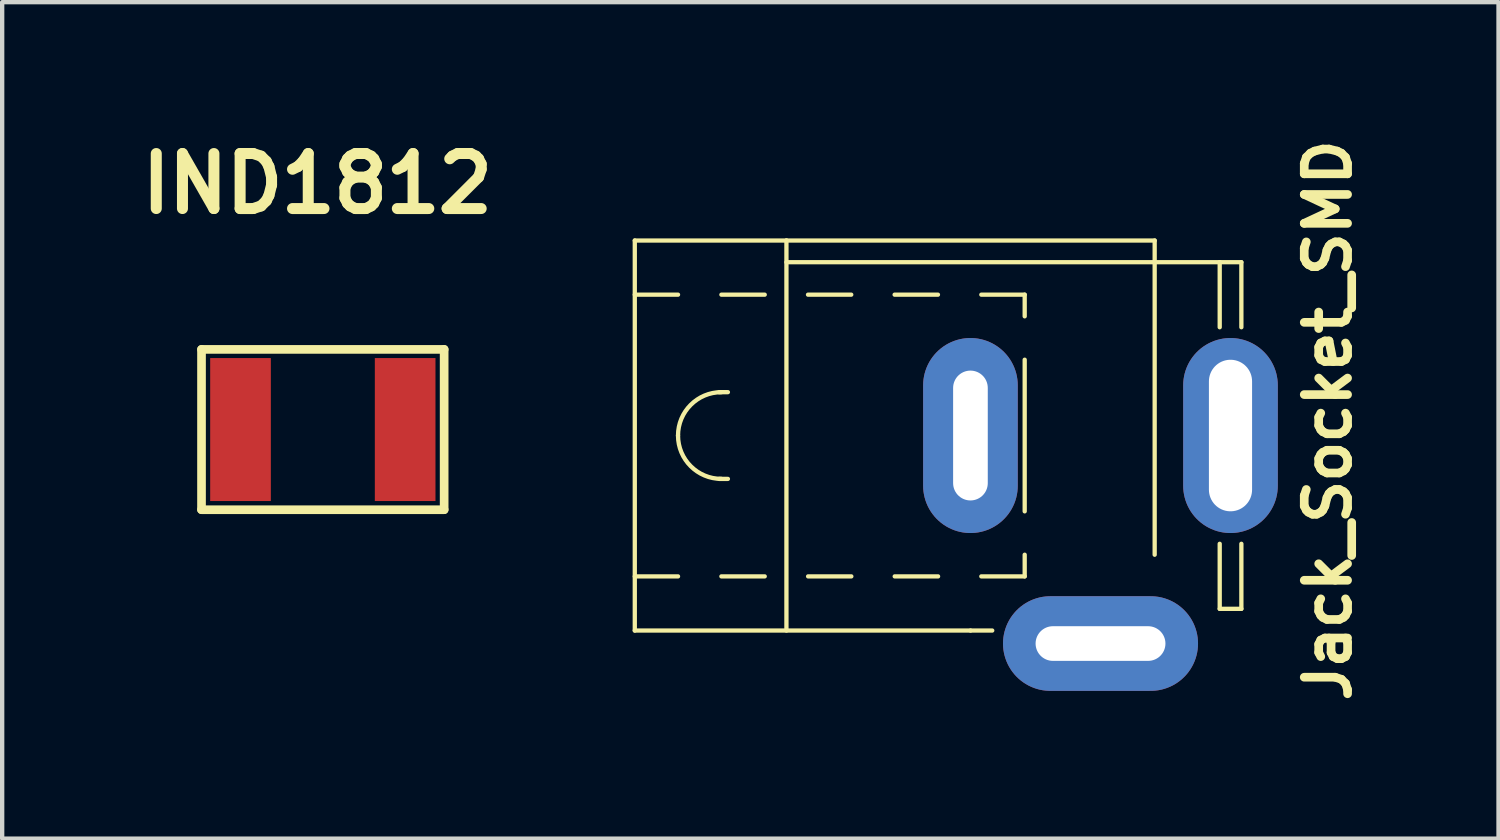
<source format=kicad_pcb>
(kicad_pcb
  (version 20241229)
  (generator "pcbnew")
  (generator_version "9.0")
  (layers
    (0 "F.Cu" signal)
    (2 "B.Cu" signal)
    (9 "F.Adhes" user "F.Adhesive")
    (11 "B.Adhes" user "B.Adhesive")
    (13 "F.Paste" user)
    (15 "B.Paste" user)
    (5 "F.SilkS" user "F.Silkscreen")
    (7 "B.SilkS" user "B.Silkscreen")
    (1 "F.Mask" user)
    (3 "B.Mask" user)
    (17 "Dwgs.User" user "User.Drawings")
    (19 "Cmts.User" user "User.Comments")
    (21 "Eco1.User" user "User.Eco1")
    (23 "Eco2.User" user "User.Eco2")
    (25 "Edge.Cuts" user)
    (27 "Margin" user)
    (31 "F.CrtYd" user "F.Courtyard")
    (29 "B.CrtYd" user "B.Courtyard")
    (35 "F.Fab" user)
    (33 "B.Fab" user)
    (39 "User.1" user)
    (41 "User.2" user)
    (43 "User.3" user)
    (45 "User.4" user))
  (footprint "IND1812"
    (layer "F.Cu")
    (at 4.401 6.864)
    (property "Reference" "IND1812" (at -0.125 -5.675 0) (layer "F.SilkS") (effects (font (size 1.27 1.27) (thickness 0.254))))
    (attr through_hole)
    (fp_line (start -2.8 -1.85) (end 2.8 -1.85) (stroke (width 0.2) (type solid)) (layer "F.SilkS"))
    (fp_line (start -2.8 1.85) (end -2.8 -1.85) (stroke (width 0.2) (type solid)) (layer "F.SilkS"))
    (fp_line (start 2.8 -1.85) (end 2.8 1.85) (stroke (width 0.2) (type solid)) (layer "F.SilkS"))
    (fp_line (start 2.8 1.85) (end -2.8 1.85) (stroke (width 0.2) (type solid)) (layer "F.SilkS"))
    (pad "1" smd rect (at -1.9 0) (size 1.4 3.3) (layers "F.Cu" "F.Mask" "F.Paste"))
    (pad "2" smd rect (at 1.9 0) (size 1.4 3.3) (layers "F.Cu" "F.Mask" "F.Paste")))
  (footprint "Jack_Socket_SMD"
    (layer "F.Cu")
    (at 22.35 7.002)
    (property "Reference" "Jack_Socket_SMD" (at 5.25 -0.35 90) (layer "F.SilkS") (effects (font (size 1 1) (thickness 0.2))))
    (attr smd)
    (fp_line (start -10.749 -4.501) (end -10.749 4.501) (stroke (width 0.099) (type solid)) (layer "F.SilkS"))
    (fp_line (start -10.749 -3.251) (end -9.751 -3.251) (stroke (width 0.099) (type solid)) (layer "F.SilkS"))
    (fp_line (start -10.749 3.251) (end -9.751 3.251) (stroke (width 0.099) (type solid)) (layer "F.SilkS"))
    (fp_line (start -10.749 4.501) (end -3 4.501) (stroke (width 0.099) (type solid)) (layer "F.SilkS"))
    (fp_line (start -8.75 3.251) (end -7.75 3.251) (stroke (width 0.099) (type solid)) (layer "F.SilkS"))
    (fp_line (start -8.6 -1.001) (end -8.801 -1.001) (stroke (width 0.099) (type solid)) (layer "F.SilkS"))
    (fp_line (start -8.6 1.001) (end -8.801 1.001) (stroke (width 0.099) (type solid)) (layer "F.SilkS"))
    (fp_line (start -7.75 -3.251) (end -8.75 -3.251) (stroke (width 0.099) (type solid)) (layer "F.SilkS"))
    (fp_line (start -7.249 -4.501) (end -10.749 -4.501) (stroke (width 0.099) (type solid)) (layer "F.SilkS"))
    (fp_line (start -7.249 -4.501) (end -7.249 4.501) (stroke (width 0.099) (type solid)) (layer "F.SilkS"))
    (fp_line (start -6.749 3.251) (end -5.751 3.251) (stroke (width 0.099) (type solid)) (layer "F.SilkS"))
    (fp_line (start -5.753 -3.251) (end -6.751 -3.251) (stroke (width 0.099) (type solid)) (layer "F.SilkS"))
    (fp_line (start -4.75 3.251) (end -3.749 3.251) (stroke (width 0.099) (type solid)) (layer "F.SilkS"))
    (fp_line (start -3.752 -3.251) (end -4.752 -3.251) (stroke (width 0.099) (type solid)) (layer "F.SilkS"))
    (fp_line (start -2.499 4.501) (end -3 4.501) (stroke (width 0.099) (type solid)) (layer "F.SilkS"))
    (fp_line (start -1.75 -3.251) (end -2.751 -3.251) (stroke (width 0.099) (type solid)) (layer "F.SilkS"))
    (fp_line (start -1.75 -3.251) (end -1.75 -2.751) (stroke (width 0.099) (type solid)) (layer "F.SilkS"))
    (fp_line (start -1.75 -1.75) (end -1.75 1.75) (stroke (width 0.099) (type solid)) (layer "F.SilkS"))
    (fp_line (start -1.75 3.251) (end -2.751 3.251) (stroke (width 0.099) (type solid)) (layer "F.SilkS"))
    (fp_line (start -1.75 3.251) (end -1.75 2.751) (stroke (width 0.099) (type solid)) (layer "F.SilkS"))
    (fp_line (start 1.25 -4.501) (end -7.249 -4.501) (stroke (width 0.099) (type solid)) (layer "F.SilkS"))
    (fp_line (start 1.25 2.751) (end 1.25 -4.501) (stroke (width 0.099) (type solid)) (layer "F.SilkS"))
    (fp_line (start 2.751 -4) (end -7.249 -4) (stroke (width 0.099) (type solid)) (layer "F.SilkS"))
    (fp_line (start 2.751 -4) (end 2.751 -2.499) (stroke (width 0.099) (type solid)) (layer "F.SilkS"))
    (fp_line (start 2.751 2.499) (end 2.751 4) (stroke (width 0.099) (type solid)) (layer "F.SilkS"))
    (fp_line (start 2.751 4) (end 3.251 4) (stroke (width 0.099) (type solid)) (layer "F.SilkS"))
    (fp_line (start 3.251 -4) (end 2.751 -4) (stroke (width 0.099) (type solid)) (layer "F.SilkS"))
    (fp_line (start 3.251 -2.499) (end 3.251 -4) (stroke (width 0.099) (type solid)) (layer "F.SilkS"))
    (fp_line (start 3.251 4) (end 3.251 2.499) (stroke (width 0.099) (type solid)) (layer "F.SilkS"))
    (fp_arc (start -9.75106 0) (mid -9.457944 -0.707644) (end -8.7503 -1.00076) (stroke (width 0.09906) (type solid)) (layer "F.SilkS"))
    (fp_arc (start -8.7503 1.00076) (mid -9.457944 0.707644) (end -9.75106 0) (stroke (width 0.09906) (type solid)) (layer "F.SilkS"))
    (pad "1" thru_hole oval (at -3.002 0 180) (size 2.184 4.501) (drill oval 0.8 2.997) (layers "*.Cu" "*.Paste" "*.Mask"))
    (pad "2" thru_hole oval (at 0 4.801 270) (size 2.184 4.501) (drill oval 0.8 2.997) (layers "*.Cu" "*.Paste" "*.Mask"))
    (pad "3" thru_hole oval (at 3 0) (size 2.184 4.501) (drill oval 0.996 3.498) (layers "*.Cu" "*.Paste" "*.Mask")))
  (gr_rect
    (start -3 -3)
    (end 31.536 16.305)
    (stroke (width 0.1) (type default))
    (fill no)
    (layer "Edge.Cuts")))
</source>
